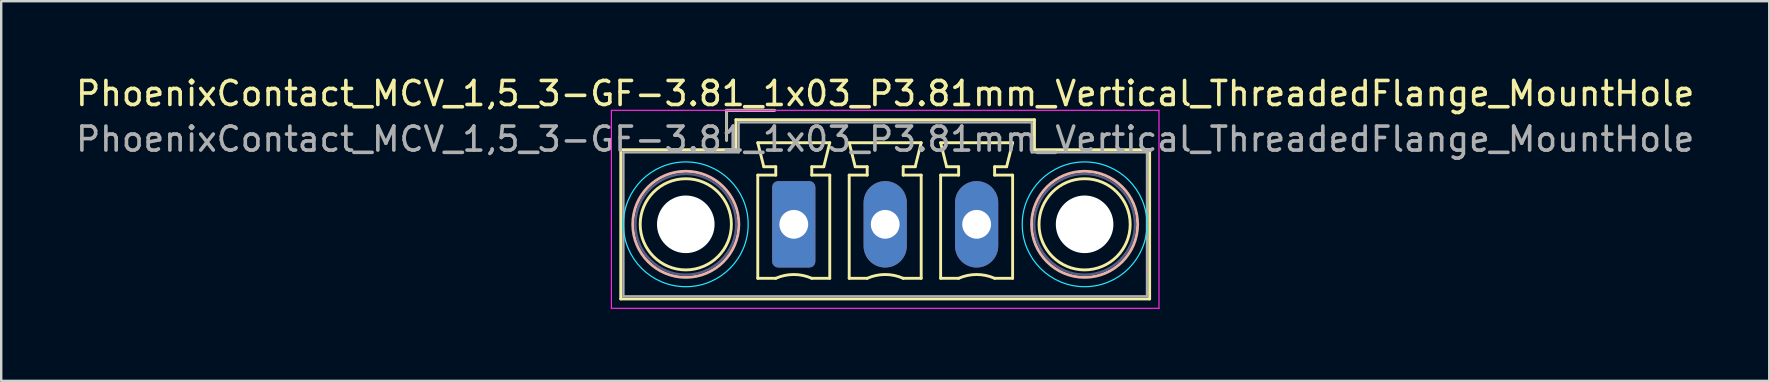
<source format=kicad_pcb>
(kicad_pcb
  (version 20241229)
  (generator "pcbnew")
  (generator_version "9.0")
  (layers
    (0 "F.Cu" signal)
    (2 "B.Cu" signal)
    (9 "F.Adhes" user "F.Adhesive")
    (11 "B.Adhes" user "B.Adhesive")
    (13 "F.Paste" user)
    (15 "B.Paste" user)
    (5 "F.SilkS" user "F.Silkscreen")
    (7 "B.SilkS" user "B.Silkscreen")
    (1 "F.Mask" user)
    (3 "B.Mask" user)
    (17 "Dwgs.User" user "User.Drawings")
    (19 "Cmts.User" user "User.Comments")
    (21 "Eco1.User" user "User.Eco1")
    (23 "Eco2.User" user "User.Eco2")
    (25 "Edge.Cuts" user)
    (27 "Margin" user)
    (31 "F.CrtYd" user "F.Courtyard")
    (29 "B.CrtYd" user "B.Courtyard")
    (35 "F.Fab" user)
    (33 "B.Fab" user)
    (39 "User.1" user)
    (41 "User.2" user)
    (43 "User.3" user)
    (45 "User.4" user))
  (footprint "PhoenixContact_MCV_1,5_3-GF-3.81_1x03_P3.81mm_Vertical_ThreadedFlange_MountHole"
    (layer "F.Cu")
    (at 30.029 6.298)
    (property "Reference" "PhoenixContact_MCV_1,5_3-GF-3.81_1x03_P3.81mm_Vertical_ThreadedFlange_MountHole" (at 3.81 -5.45 0) (layer "F.SilkS") (effects (font (size 1 1) (thickness 0.15))))
    (attr through_hole)
    (fp_line (start -7.21 -3.11) (end -7.21 3.11) (stroke (width 0.12) (type solid)) (layer "F.SilkS"))
    (fp_line (start -7.21 3.11) (end 14.83 3.11) (stroke (width 0.12) (type solid)) (layer "F.SilkS"))
    (fp_line (start -2.8 -4.75) (end -0.8 -4.75) (stroke (width 0.12) (type solid)) (layer "F.SilkS"))
    (fp_line (start -2.8 -3.5) (end -2.8 -4.75) (stroke (width 0.12) (type solid)) (layer "F.SilkS"))
    (fp_line (start -2.41 -4.36) (end -2.41 -3.11) (stroke (width 0.12) (type solid)) (layer "F.SilkS"))
    (fp_line (start -2.41 -3.11) (end -7.21 -3.11) (stroke (width 0.12) (type solid)) (layer "F.SilkS"))
    (fp_line (start -1.5 -3.4) (end 1.5 -3.4) (stroke (width 0.12) (type solid)) (layer "F.SilkS"))
    (fp_line (start -1.5 -2.05) (end -0.75 -2.05) (stroke (width 0.12) (type solid)) (layer "F.SilkS"))
    (fp_line (start -1.5 2.25) (end -1.5 -2.05) (stroke (width 0.12) (type solid)) (layer "F.SilkS"))
    (fp_line (start -1.25 -2.4) (end -1.5 -3.4) (stroke (width 0.12) (type solid)) (layer "F.SilkS"))
    (fp_line (start -0.75 -2.4) (end -1.25 -2.4) (stroke (width 0.12) (type solid)) (layer "F.SilkS"))
    (fp_line (start -0.75 -2.05) (end -0.75 -2.4) (stroke (width 0.12) (type solid)) (layer "F.SilkS"))
    (fp_line (start -0.75 2.25) (end -1.5 2.25) (stroke (width 0.12) (type solid)) (layer "F.SilkS"))
    (fp_line (start 0.75 -2.4) (end 0.75 -2.05) (stroke (width 0.12) (type solid)) (layer "F.SilkS"))
    (fp_line (start 0.75 -2.05) (end 1.5 -2.05) (stroke (width 0.12) (type solid)) (layer "F.SilkS"))
    (fp_line (start 1.25 -2.4) (end 0.75 -2.4) (stroke (width 0.12) (type solid)) (layer "F.SilkS"))
    (fp_line (start 1.5 -3.4) (end 1.25 -2.4) (stroke (width 0.12) (type solid)) (layer "F.SilkS"))
    (fp_line (start 1.5 -2.05) (end 1.5 2.25) (stroke (width 0.12) (type solid)) (layer "F.SilkS"))
    (fp_line (start 1.5 2.25) (end 0.75 2.25) (stroke (width 0.12) (type solid)) (layer "F.SilkS"))
    (fp_line (start 2.31 -3.4) (end 5.31 -3.4) (stroke (width 0.12) (type solid)) (layer "F.SilkS"))
    (fp_line (start 2.31 -2.05) (end 3.06 -2.05) (stroke (width 0.12) (type solid)) (layer "F.SilkS"))
    (fp_line (start 2.31 2.25) (end 2.31 -2.05) (stroke (width 0.12) (type solid)) (layer "F.SilkS"))
    (fp_line (start 2.56 -2.4) (end 2.31 -3.4) (stroke (width 0.12) (type solid)) (layer "F.SilkS"))
    (fp_line (start 3.06 -2.4) (end 2.56 -2.4) (stroke (width 0.12) (type solid)) (layer "F.SilkS"))
    (fp_line (start 3.06 -2.05) (end 3.06 -2.4) (stroke (width 0.12) (type solid)) (layer "F.SilkS"))
    (fp_line (start 3.06 2.25) (end 2.31 2.25) (stroke (width 0.12) (type solid)) (layer "F.SilkS"))
    (fp_line (start 4.56 -2.4) (end 4.56 -2.05) (stroke (width 0.12) (type solid)) (layer "F.SilkS"))
    (fp_line (start 4.56 -2.05) (end 5.31 -2.05) (stroke (width 0.12) (type solid)) (layer "F.SilkS"))
    (fp_line (start 5.06 -2.4) (end 4.56 -2.4) (stroke (width 0.12) (type solid)) (layer "F.SilkS"))
    (fp_line (start 5.31 -3.4) (end 5.06 -2.4) (stroke (width 0.12) (type solid)) (layer "F.SilkS"))
    (fp_line (start 5.31 -2.05) (end 5.31 2.25) (stroke (width 0.12) (type solid)) (layer "F.SilkS"))
    (fp_line (start 5.31 2.25) (end 4.56 2.25) (stroke (width 0.12) (type solid)) (layer "F.SilkS"))
    (fp_line (start 6.12 -3.4) (end 9.12 -3.4) (stroke (width 0.12) (type solid)) (layer "F.SilkS"))
    (fp_line (start 6.12 -2.05) (end 6.87 -2.05) (stroke (width 0.12) (type solid)) (layer "F.SilkS"))
    (fp_line (start 6.12 2.25) (end 6.12 -2.05) (stroke (width 0.12) (type solid)) (layer "F.SilkS"))
    (fp_line (start 6.37 -2.4) (end 6.12 -3.4) (stroke (width 0.12) (type solid)) (layer "F.SilkS"))
    (fp_line (start 6.87 -2.4) (end 6.37 -2.4) (stroke (width 0.12) (type solid)) (layer "F.SilkS"))
    (fp_line (start 6.87 -2.05) (end 6.87 -2.4) (stroke (width 0.12) (type solid)) (layer "F.SilkS"))
    (fp_line (start 6.87 2.25) (end 6.12 2.25) (stroke (width 0.12) (type solid)) (layer "F.SilkS"))
    (fp_line (start 8.37 -2.4) (end 8.37 -2.05) (stroke (width 0.12) (type solid)) (layer "F.SilkS"))
    (fp_line (start 8.37 -2.05) (end 9.12 -2.05) (stroke (width 0.12) (type solid)) (layer "F.SilkS"))
    (fp_line (start 8.87 -2.4) (end 8.37 -2.4) (stroke (width 0.12) (type solid)) (layer "F.SilkS"))
    (fp_line (start 9.12 -3.4) (end 8.87 -2.4) (stroke (width 0.12) (type solid)) (layer "F.SilkS"))
    (fp_line (start 9.12 -2.05) (end 9.12 2.25) (stroke (width 0.12) (type solid)) (layer "F.SilkS"))
    (fp_line (start 9.12 2.25) (end 8.37 2.25) (stroke (width 0.12) (type solid)) (layer "F.SilkS"))
    (fp_line (start 10.03 -4.36) (end -2.41 -4.36) (stroke (width 0.12) (type solid)) (layer "F.SilkS"))
    (fp_line (start 10.03 -3.11) (end 10.03 -4.36) (stroke (width 0.12) (type solid)) (layer "F.SilkS"))
    (fp_line (start 14.83 -3.11) (end 10.03 -3.11) (stroke (width 0.12) (type solid)) (layer "F.SilkS"))
    (fp_line (start 14.83 3.11) (end 14.83 -3.11) (stroke (width 0.12) (type solid)) (layer "F.SilkS"))
    (fp_arc (start -0.75 2.25) (mid -0.000193 2.09191) (end 0.749647 2.249844) (stroke (width 0.12) (type solid)) (layer "F.SilkS"))
    (fp_arc (start 3.06 2.25) (mid 3.809807 2.09191) (end 4.559647 2.249844) (stroke (width 0.12) (type solid)) (layer "F.SilkS"))
    (fp_arc (start 6.87 2.25) (mid 7.619807 2.09191) (end 8.369647 2.249844) (stroke (width 0.12) (type solid)) (layer "F.SilkS"))
    (fp_circle (center -4.5 0) (end -2.6 0) (stroke (width 0.12) (type solid)) (fill no) (layer "F.SilkS"))
    (fp_circle (center 12.12 0) (end 14.02 0) (stroke (width 0.12) (type solid)) (fill no) (layer "F.SilkS"))
    (fp_circle (center -4.5 0) (end -2.29 0) (stroke (width 0.12) (type solid)) (fill no) (layer "B.SilkS"))
    (fp_circle (center 12.12 0) (end 14.33 0) (stroke (width 0.12) (type solid)) (fill no) (layer "B.SilkS"))
    (fp_circle (center -4.5 0) (end -1.9 0) (stroke (width 0.05) (type solid)) (fill no) (layer "B.CrtYd"))
    (fp_circle (center 12.12 0) (end 14.72 0) (stroke (width 0.05) (type solid)) (fill no) (layer "B.CrtYd"))
    (fp_line (start -7.6 -4.75) (end -7.6 3.5) (stroke (width 0.05) (type solid)) (layer "F.CrtYd"))
    (fp_line (start -7.6 3.5) (end 15.22 3.5) (stroke (width 0.05) (type solid)) (layer "F.CrtYd"))
    (fp_line (start 15.22 -4.75) (end -7.6 -4.75) (stroke (width 0.05) (type solid)) (layer "F.CrtYd"))
    (fp_line (start 15.22 3.5) (end 15.22 -4.75) (stroke (width 0.05) (type solid)) (layer "F.CrtYd"))
    (fp_circle (center -4.5 0) (end -2.4 0) (stroke (width 0.1) (type solid)) (fill no) (layer "B.Fab"))
    (fp_circle (center 12.12 0) (end 14.22 0) (stroke (width 0.1) (type solid)) (fill no) (layer "B.Fab"))
    (fp_line (start -7.1 -3) (end -7.1 3) (stroke (width 0.1) (type solid)) (layer "F.Fab"))
    (fp_line (start -7.1 3) (end 14.72 3) (stroke (width 0.1) (type solid)) (layer "F.Fab"))
    (fp_line (start -2.8 -4.75) (end -0.8 -4.75) (stroke (width 0.1) (type solid)) (layer "F.Fab"))
    (fp_line (start -2.8 -3.5) (end -2.8 -4.75) (stroke (width 0.1) (type solid)) (layer "F.Fab"))
    (fp_line (start -2.3 -4.25) (end -2.3 -3) (stroke (width 0.1) (type solid)) (layer "F.Fab"))
    (fp_line (start -2.3 -3) (end -7.1 -3) (stroke (width 0.1) (type solid)) (layer "F.Fab"))
    (fp_line (start 9.92 -4.25) (end -2.3 -4.25) (stroke (width 0.1) (type solid)) (layer "F.Fab"))
    (fp_line (start 9.92 -3) (end 9.92 -4.25) (stroke (width 0.1) (type solid)) (layer "F.Fab"))
    (fp_line (start 14.72 -3) (end 9.92 -3) (stroke (width 0.1) (type solid)) (layer "F.Fab"))
    (fp_line (start 14.72 3) (end 14.72 -3) (stroke (width 0.1) (type solid)) (layer "F.Fab"))
    (fp_text user "${REFERENCE}" (at 3.81 -3.55 0) (layer "F.Fab") (effects (font (size 1 1) (thickness 0.15))))
    (pad "" np_thru_hole circle (at -4.5 0) (size 2.4 2.4) (drill 2.4) (layers "*.Cu" "*.Mask"))
    (pad "" np_thru_hole circle (at 12.12 0) (size 2.4 2.4) (drill 2.4) (layers "*.Cu" "*.Mask"))
    (pad "1" thru_hole roundrect (at 0 0) (size 1.8 3.6) (drill 1.2) (layers "*.Cu" "*.Mask") (roundrect_rratio 0.139))
    (pad "2" thru_hole oval (at 3.81 0) (size 1.8 3.6) (drill 1.2) (layers "*.Cu" "*.Mask"))
    (pad "3" thru_hole oval (at 7.62 0) (size 1.8 3.6) (drill 1.2) (layers "*.Cu" "*.Mask")))
  (gr_rect
    (start -3 -3)
    (end 70.679 12.823)
    (stroke (width 0.1) (type default))
    (fill no)
    (layer "Edge.Cuts")))
</source>
